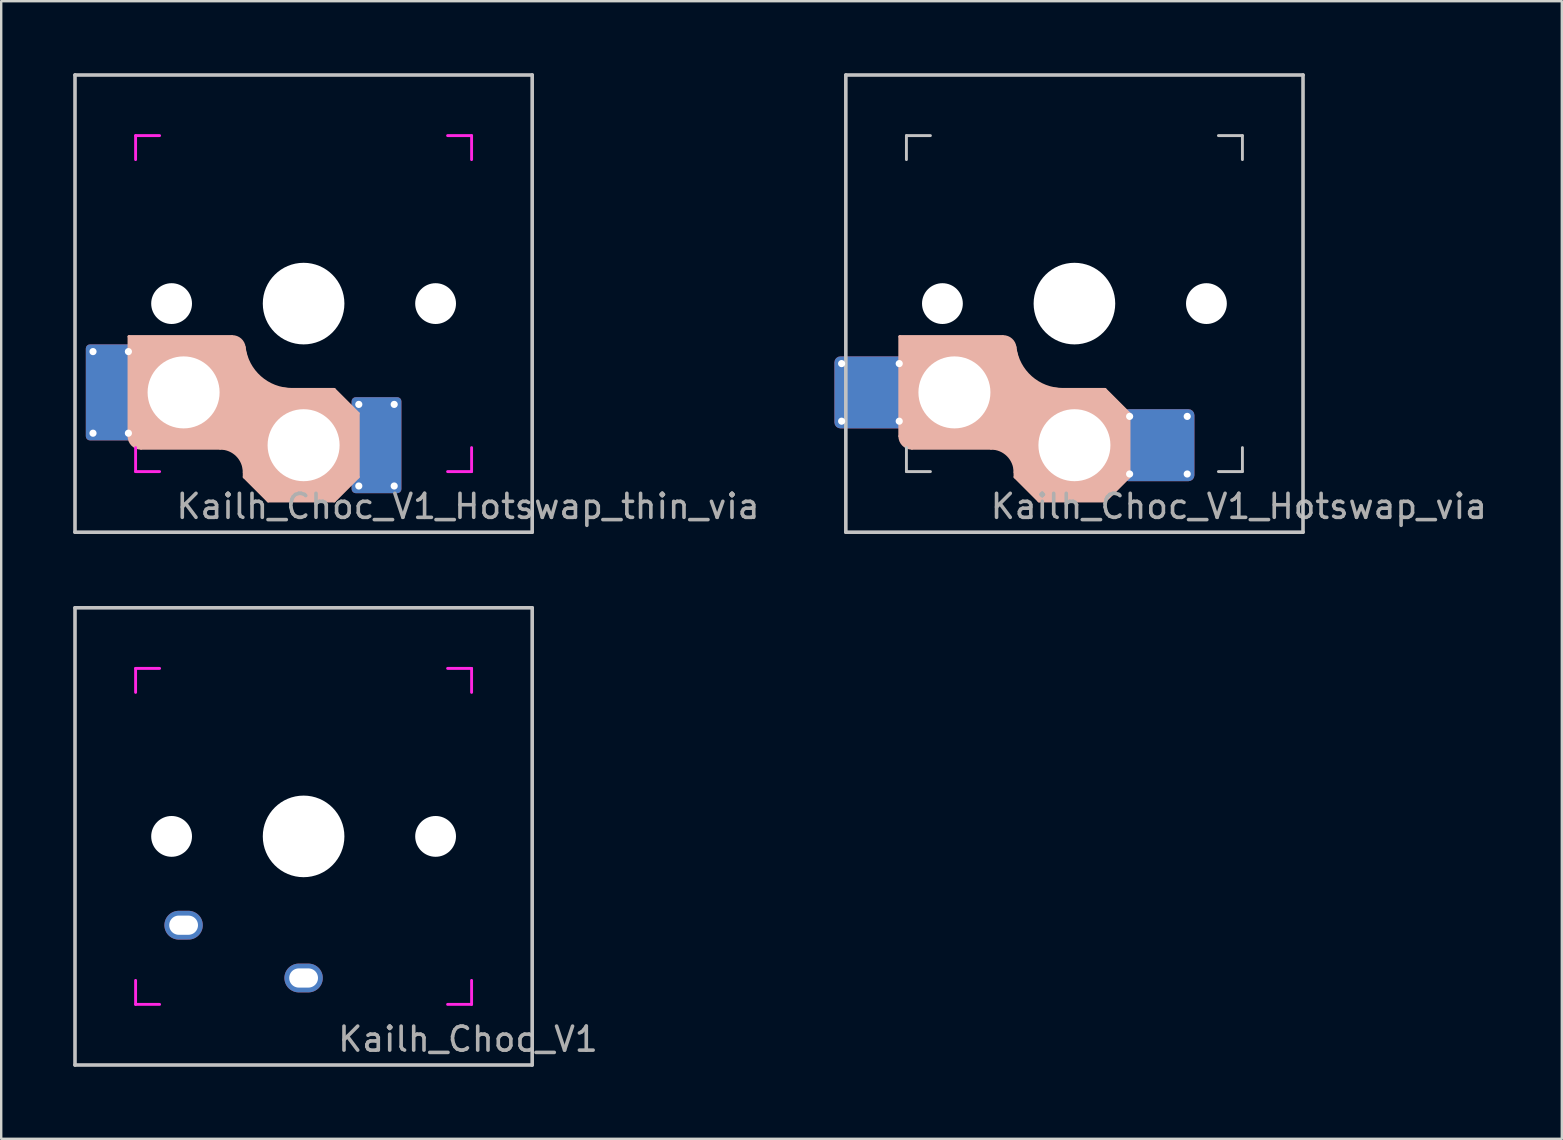
<source format=kicad_pcb>
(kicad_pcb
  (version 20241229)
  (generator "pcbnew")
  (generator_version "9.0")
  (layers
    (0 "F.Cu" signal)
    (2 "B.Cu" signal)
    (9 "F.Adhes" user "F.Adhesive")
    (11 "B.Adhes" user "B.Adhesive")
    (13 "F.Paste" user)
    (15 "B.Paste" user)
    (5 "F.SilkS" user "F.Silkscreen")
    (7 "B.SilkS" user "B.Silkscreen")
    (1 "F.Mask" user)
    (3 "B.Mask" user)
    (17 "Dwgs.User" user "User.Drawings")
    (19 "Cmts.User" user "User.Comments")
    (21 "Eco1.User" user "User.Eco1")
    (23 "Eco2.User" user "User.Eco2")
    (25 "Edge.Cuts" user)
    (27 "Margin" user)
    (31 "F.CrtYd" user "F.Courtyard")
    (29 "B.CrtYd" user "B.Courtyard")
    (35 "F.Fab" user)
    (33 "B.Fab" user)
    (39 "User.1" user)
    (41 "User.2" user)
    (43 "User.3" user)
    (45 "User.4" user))
  (footprint "Kailh_Choc_V1_Hotswap_via"
    (layer "F.Cu")
    (at 41.718 9.6)
    (property "Reference" "Kailh_Choc_V1_Hotswap_via" (at 6.85 8.45 0) (layer "F.Fab") (effects (font (size 1 1) (thickness 0.15))))
    (attr smd)
    (fp_line (start -9.5 2.9) (end -9.5 4.5) (stroke (width 0.12) (type solid)) (layer "B.Mask"))
    (fp_line (start -9.3 4.7) (end -7.7 4.7) (stroke (width 0.12) (type solid)) (layer "B.Mask"))
    (fp_line (start -7.7 2.7) (end -9.3 2.7) (stroke (width 0.12) (type solid)) (layer "B.Mask"))
    (fp_line (start -7.5 4.5) (end -7.5 2.9) (stroke (width 0.12) (type solid)) (layer "B.Mask"))
    (fp_line (start 2.5 5.1) (end 2.5 6.7) (stroke (width 0.12) (type solid)) (layer "B.Mask"))
    (fp_line (start 2.7 6.9) (end 4.3 6.9) (stroke (width 0.12) (type solid)) (layer "B.Mask"))
    (fp_line (start 4.3 4.9) (end 2.7 4.9) (stroke (width 0.12) (type solid)) (layer "B.Mask"))
    (fp_line (start 4.5 6.7) (end 4.5 5.1) (stroke (width 0.12) (type solid)) (layer "B.Mask"))
    (fp_arc (start -9.5 2.9) (mid -9.441421 2.758579) (end -9.3 2.7) (stroke (width 0.12) (type solid)) (layer "B.Mask"))
    (fp_arc (start -9.3 4.7) (mid -9.441421 4.641421) (end -9.5 4.5) (stroke (width 0.12) (type solid)) (layer "B.Mask"))
    (fp_arc (start -7.7 2.7) (mid -7.558579 2.758579) (end -7.5 2.9) (stroke (width 0.12) (type solid)) (layer "B.Mask"))
    (fp_arc (start -7.5 4.5) (mid -7.558579 4.641421) (end -7.7 4.7) (stroke (width 0.12) (type solid)) (layer "B.Mask"))
    (fp_arc (start 2.5 5.1) (mid 2.558579 4.958579) (end 2.7 4.9) (stroke (width 0.12) (type solid)) (layer "B.Mask"))
    (fp_arc (start 2.7 6.9) (mid 2.558579 6.841421) (end 2.5 6.7) (stroke (width 0.12) (type solid)) (layer "B.Mask"))
    (fp_arc (start 4.3 4.9) (mid 4.441421 4.958579) (end 4.5 5.1) (stroke (width 0.12) (type solid)) (layer "B.Mask"))
    (fp_arc (start 4.5 6.7) (mid 4.441421 6.841421) (end 4.3 6.9) (stroke (width 0.12) (type solid)) (layer "B.Mask"))
    (fp_poly (pts (xy -9.5 4.5) (xy -9.5 2.9) (xy -9.3 2.7) (xy -7.7 2.7) (xy -7.5 2.9) (xy -7.5 4.5) (xy -7.7 4.7) (xy -9.3 4.7)) (stroke (width 0.1) (type solid)) (fill yes) (layer "B.Mask"))
    (fp_poly (pts (xy 2.5 6.7) (xy 2.5 5.1) (xy 2.7 4.9) (xy 4.3 4.9) (xy 4.5 5.1) (xy 4.5 6.7) (xy 4.3 6.9) (xy 2.7 6.9)) (stroke (width 0.1) (type solid)) (fill yes) (layer "B.Mask"))
    (fp_line (start -7.275 1.375) (end -7.275 5.525) (stroke (width 0.12) (type solid)) (layer "B.SilkS"))
    (fp_line (start -6.775 6.025) (end -3.475 6.025) (stroke (width 0.12) (type solid)) (layer "B.SilkS"))
    (fp_line (start -3 1.375) (end -7.275 1.375) (stroke (width 0.12) (type solid)) (layer "B.SilkS"))
    (fp_line (start -2.475 7.225) (end -2.475 7.025) (stroke (width 0.12) (type solid)) (layer "B.SilkS"))
    (fp_line (start -1.475 8.225) (end -2.475 7.225) (stroke (width 0.12) (type solid)) (layer "B.SilkS"))
    (fp_line (start -0.489 3.575) (end 1.275 3.575) (stroke (width 0.12) (type solid)) (layer "B.SilkS"))
    (fp_line (start 1.275 3.575) (end 2.275 4.575) (stroke (width 0.12) (type solid)) (layer "B.SilkS"))
    (fp_line (start 1.275 8.225) (end -1.475 8.225) (stroke (width 0.12) (type solid)) (layer "B.SilkS"))
    (fp_line (start 2.275 4.575) (end 2.275 7.225) (stroke (width 0.12) (type solid)) (layer "B.SilkS"))
    (fp_line (start 2.275 7.225) (end 1.275 8.225) (stroke (width 0.12) (type solid)) (layer "B.SilkS"))
    (fp_arc (start -6.775 6.025) (mid -7.128553 5.878553) (end -7.275 5.525) (stroke (width 0.12) (type solid)) (layer "B.SilkS"))
    (fp_arc (start -3.475 6.025) (mid -2.767893 6.317893) (end -2.475 7.025) (stroke (width 0.12) (type solid)) (layer "B.SilkS"))
    (fp_arc (start -2.971387 1.375) (mid -2.63975 1.500812) (end -2.475008 1.814932) (stroke (width 0.12) (type solid)) (layer "B.SilkS"))
    (fp_arc (start -0.489452 3.575) (mid -1.815999 3.071754) (end -2.474967 1.815274) (stroke (width 0.12) (type solid)) (layer "B.SilkS"))
    (fp_poly (pts (xy -2.673 1.538) (xy -2.475 1.815) (xy -2.305 2.527) (xy -1.849 3.109) (xy -1.217 3.492) (xy -0.489 3.575) (xy 1.275 3.575) (xy 2.275 4.575) (xy 2.275 7.225) (xy 1.275 8.225) (xy -1.475 8.225) (xy -2.475 7.225) (xy -2.5 6.623) (xy -2.733 6.283) (xy -3.073 6.055) (xy -3.475 6.025) (xy -6.775 6.025) (xy -7.093 5.843) (xy -7.275 5.525) (xy -7.275 1.375) (xy -2.971 1.375)) (stroke (width 0.08) (type solid)) (fill yes) (layer "B.SilkS"))
    (fp_line (start -9.5 2.9) (end -9.5 4.5) (stroke (width 0.12) (type solid)) (layer "B.Paste"))
    (fp_line (start -9.3 4.7) (end -7.7 4.7) (stroke (width 0.12) (type solid)) (layer "B.Paste"))
    (fp_line (start -7.7 2.7) (end -9.3 2.7) (stroke (width 0.12) (type solid)) (layer "B.Paste"))
    (fp_line (start -7.5 4.5) (end -7.5 2.9) (stroke (width 0.12) (type solid)) (layer "B.Paste"))
    (fp_line (start 2.5 6.7) (end 2.5 5.1) (stroke (width 0.12) (type solid)) (layer "B.Paste"))
    (fp_line (start 2.7 4.9) (end 4.3 4.9) (stroke (width 0.12) (type solid)) (layer "B.Paste"))
    (fp_line (start 4.3 6.9) (end 2.7 6.9) (stroke (width 0.12) (type solid)) (layer "B.Paste"))
    (fp_line (start 4.5 5.1) (end 4.5 6.7) (stroke (width 0.12) (type solid)) (layer "B.Paste"))
    (fp_arc (start -9.5 2.9) (mid -9.441421 2.758579) (end -9.3 2.7) (stroke (width 0.12) (type solid)) (layer "B.Paste"))
    (fp_arc (start -9.3 4.7) (mid -9.441421 4.641421) (end -9.5 4.5) (stroke (width 0.12) (type solid)) (layer "B.Paste"))
    (fp_arc (start -7.7 2.7) (mid -7.558579 2.758579) (end -7.5 2.9) (stroke (width 0.12) (type solid)) (layer "B.Paste"))
    (fp_arc (start -7.5 4.5) (mid -7.558579 4.641421) (end -7.7 4.7) (stroke (width 0.12) (type solid)) (layer "B.Paste"))
    (fp_arc (start 2.5 5.1) (mid 2.558579 4.958579) (end 2.7 4.9) (stroke (width 0.12) (type solid)) (layer "B.Paste"))
    (fp_arc (start 2.7 6.9) (mid 2.558579 6.841421) (end 2.5 6.7) (stroke (width 0.12) (type solid)) (layer "B.Paste"))
    (fp_arc (start 4.3 4.9) (mid 4.441421 4.958579) (end 4.5 5.1) (stroke (width 0.12) (type solid)) (layer "B.Paste"))
    (fp_arc (start 4.5 6.7) (mid 4.441421 6.841421) (end 4.3 6.9) (stroke (width 0.12) (type solid)) (layer "B.Paste"))
    (fp_poly (pts (xy -9.5 4.5) (xy -9.5 2.9) (xy -9.3 2.7) (xy -7.7 2.7) (xy -7.5 2.9) (xy -7.5 4.5) (xy -7.7 4.7) (xy -9.3 4.7)) (stroke (width 0.1) (type solid)) (fill yes) (layer "B.Paste"))
    (fp_poly (pts (xy 2.5 6.7) (xy 2.5 5.1) (xy 2.7 4.9) (xy 4.3 4.9) (xy 4.5 5.1) (xy 4.5 6.7) (xy 4.3 6.9) (xy 2.7 6.9)) (stroke (width 0.1) (type solid)) (fill yes) (layer "B.Paste"))
    (fp_line (start -9.525 -9.525) (end 9.525 -9.525) (stroke (width 0.15) (type solid)) (layer "Dwgs.User"))
    (fp_line (start -9.525 9.525) (end -9.525 -9.525) (stroke (width 0.15) (type solid)) (layer "Dwgs.User"))
    (fp_line (start -7 -7) (end -7 -6) (stroke (width 0.12) (type solid)) (layer "Dwgs.User"))
    (fp_line (start -7 -7) (end -6 -7) (stroke (width 0.12) (type solid)) (layer "Dwgs.User"))
    (fp_line (start -7 7) (end -7 6) (stroke (width 0.12) (type solid)) (layer "Dwgs.User"))
    (fp_line (start -7 7) (end -6 7) (stroke (width 0.12) (type solid)) (layer "Dwgs.User"))
    (fp_line (start 7 -7) (end 6 -7) (stroke (width 0.12) (type solid)) (layer "Dwgs.User"))
    (fp_line (start 7 -7) (end 7 -6) (stroke (width 0.12) (type solid)) (layer "Dwgs.User"))
    (fp_line (start 7 7) (end 6 7) (stroke (width 0.12) (type solid)) (layer "Dwgs.User"))
    (fp_line (start 7 7) (end 7 6) (stroke (width 0.12) (type solid)) (layer "Dwgs.User"))
    (fp_line (start 9.525 -9.525) (end 9.525 9.525) (stroke (width 0.15) (type solid)) (layer "Dwgs.User"))
    (fp_line (start 9.525 9.525) (end -9.525 9.525) (stroke (width 0.15) (type solid)) (layer "Dwgs.User"))
    (pad "" np_thru_hole circle (at -5.5 0) (size 1.7 1.7) (drill 1.7) (layers "*.Cu" "*.Mask"))
    (pad "" np_thru_hole circle (at -5 3.7) (size 3 3) (drill 3) (layers "*.Cu" "*.Mask"))
    (pad "" np_thru_hole circle (at 0 0) (size 3.4 3.4) (drill 3.4) (layers "*.Cu" "*.Mask"))
    (pad "" np_thru_hole circle (at 0 5.9) (size 3 3) (drill 3) (layers "*.Cu" "*.Mask"))
    (pad "" np_thru_hole circle (at 5.5 0) (size 1.7 1.7) (drill 1.7) (layers "*.Cu" "*.Mask"))
    (pad "1" thru_hole circle (at -9.7 2.5 180) (size 0.5 0.5) (drill 0.3) (layers "*.Cu"))
    (pad "1" thru_hole circle (at -9.7 4.9 180) (size 0.5 0.5) (drill 0.3) (layers "*.Cu"))
    (pad "1" smd roundrect (at -8.5 3.7 180) (size 3 3) (layers "F.Cu") (roundrect_rratio 0.083))
    (pad "1" smd roundrect (at -8.5 3.7 180) (size 3 3) (layers "B.Cu") (roundrect_rratio 0.083))
    (pad "1" thru_hole circle (at -7.3 2.5 180) (size 0.5 0.5) (drill 0.3) (layers "*.Cu"))
    (pad "1" thru_hole circle (at -7.3 4.9 180) (size 0.5 0.5) (drill 0.3) (layers "*.Cu"))
    (pad "2" thru_hole circle (at 2.3 4.7 180) (size 0.5 0.5) (drill 0.3) (layers "*.Cu"))
    (pad "2" thru_hole circle (at 2.3 7.1 180) (size 0.5 0.5) (drill 0.3) (layers "*.Cu"))
    (pad "2" smd roundrect (at 3.5 5.9 180) (size 3 3) (layers "F.Cu") (roundrect_rratio 0.083))
    (pad "2" smd roundrect (at 3.5 5.9 180) (size 3 3) (layers "B.Cu") (roundrect_rratio 0.083))
    (pad "2" thru_hole circle (at 4.7 4.7 180) (size 0.5 0.5) (drill 0.3) (layers "*.Cu"))
    (pad "2" thru_hole circle (at 4.7 7.1 180) (size 0.5 0.5) (drill 0.3) (layers "*.Cu")))
  (footprint "Kailh_Choc_V1_Hotswap_thin_via"
    (layer "F.Cu")
    (at 9.6 9.6)
    (property "Reference" "Kailh_Choc_V1_Hotswap_thin_via" (at 6.85 8.45 0) (layer "F.Fab") (effects (font (size 1 1) (thickness 0.15))))
    (attr smd)
    (fp_line (start -9.015 2.65) (end -9.015 4.75) (stroke (width 0.12) (type solid)) (layer "B.Mask"))
    (fp_line (start -8.815 4.95) (end -7.7 4.95) (stroke (width 0.12) (type solid)) (layer "B.Mask"))
    (fp_line (start -7.7 2.45) (end -8.815 2.45) (stroke (width 0.12) (type solid)) (layer "B.Mask"))
    (fp_line (start -7.5 4.75) (end -7.5 2.65) (stroke (width 0.12) (type solid)) (layer "B.Mask"))
    (fp_line (start 2.5 4.85) (end 2.5 6.95) (stroke (width 0.12) (type solid)) (layer "B.Mask"))
    (fp_line (start 2.7 7.15) (end 3.815 7.15) (stroke (width 0.12) (type solid)) (layer "B.Mask"))
    (fp_line (start 3.815 4.65) (end 2.7 4.65) (stroke (width 0.12) (type solid)) (layer "B.Mask"))
    (fp_line (start 4.015 6.95) (end 4.015 4.85) (stroke (width 0.12) (type solid)) (layer "B.Mask"))
    (fp_arc (start -9.015 2.65) (mid -8.956421 2.508579) (end -8.815 2.45) (stroke (width 0.12) (type solid)) (layer "B.Mask"))
    (fp_arc (start -8.815 4.95) (mid -8.956421 4.891421) (end -9.015 4.75) (stroke (width 0.12) (type solid)) (layer "B.Mask"))
    (fp_arc (start -7.7 2.45) (mid -7.558579 2.508579) (end -7.5 2.65) (stroke (width 0.12) (type solid)) (layer "B.Mask"))
    (fp_arc (start -7.5 4.75) (mid -7.558579 4.891421) (end -7.7 4.95) (stroke (width 0.12) (type solid)) (layer "B.Mask"))
    (fp_arc (start 2.5 4.85) (mid 2.558579 4.708579) (end 2.7 4.65) (stroke (width 0.12) (type solid)) (layer "B.Mask"))
    (fp_arc (start 2.7 7.15) (mid 2.558579 7.091421) (end 2.5 6.95) (stroke (width 0.12) (type solid)) (layer "B.Mask"))
    (fp_arc (start 3.815 4.65) (mid 3.956421 4.708579) (end 4.015 4.85) (stroke (width 0.12) (type solid)) (layer "B.Mask"))
    (fp_arc (start 4.015 6.95) (mid 3.956421 7.091421) (end 3.815 7.15) (stroke (width 0.12) (type solid)) (layer "B.Mask"))
    (fp_poly (pts (xy -9.015 4.75) (xy -9.015 2.65) (xy -8.815 2.45) (xy -7.7 2.45) (xy -7.5 2.65) (xy -7.5 4.75) (xy -7.7 4.95) (xy -8.815 4.95)) (stroke (width 0.1) (type solid)) (fill yes) (layer "B.Mask"))
    (fp_poly (pts (xy 2.5 6.95) (xy 2.5 4.85) (xy 2.7 4.65) (xy 3.815 4.65) (xy 4.015 4.85) (xy 4.015 6.95) (xy 3.815 7.15) (xy 2.7 7.15)) (stroke (width 0.1) (type solid)) (fill yes) (layer "B.Mask"))
    (fp_line (start -7.275 1.375) (end -7.275 5.525) (stroke (width 0.12) (type solid)) (layer "B.SilkS"))
    (fp_line (start -6.775 6.025) (end -3.475 6.025) (stroke (width 0.12) (type solid)) (layer "B.SilkS"))
    (fp_line (start -3 1.375) (end -7.275 1.375) (stroke (width 0.12) (type solid)) (layer "B.SilkS"))
    (fp_line (start -2.475 7.225) (end -2.475 7.025) (stroke (width 0.12) (type solid)) (layer "B.SilkS"))
    (fp_line (start -1.475 8.225) (end -2.475 7.225) (stroke (width 0.12) (type solid)) (layer "B.SilkS"))
    (fp_line (start -0.489 3.575) (end 1.275 3.575) (stroke (width 0.12) (type solid)) (layer "B.SilkS"))
    (fp_line (start 1.275 3.575) (end 2.275 4.575) (stroke (width 0.12) (type solid)) (layer "B.SilkS"))
    (fp_line (start 1.275 8.225) (end -1.475 8.225) (stroke (width 0.12) (type solid)) (layer "B.SilkS"))
    (fp_line (start 2.275 4.575) (end 2.275 7.225) (stroke (width 0.12) (type solid)) (layer "B.SilkS"))
    (fp_line (start 2.275 7.225) (end 1.275 8.225) (stroke (width 0.12) (type solid)) (layer "B.SilkS"))
    (fp_arc (start -6.775 6.025) (mid -7.128553 5.878553) (end -7.275 5.525) (stroke (width 0.12) (type solid)) (layer "B.SilkS"))
    (fp_arc (start -3.475 6.025) (mid -2.767893 6.317893) (end -2.475 7.025) (stroke (width 0.12) (type solid)) (layer "B.SilkS"))
    (fp_arc (start -2.971387 1.375) (mid -2.63975 1.500812) (end -2.475008 1.814932) (stroke (width 0.12) (type solid)) (layer "B.SilkS"))
    (fp_arc (start -0.489452 3.575) (mid -1.815999 3.071754) (end -2.474967 1.815274) (stroke (width 0.12) (type solid)) (layer "B.SilkS"))
    (fp_poly (pts (xy -2.673 1.538) (xy -2.475 1.815) (xy -2.305 2.527) (xy -1.849 3.109) (xy -1.217 3.492) (xy -0.489 3.575) (xy 1.275 3.575) (xy 2.275 4.575) (xy 2.275 7.225) (xy 1.275 8.225) (xy -1.475 8.225) (xy -2.475 7.225) (xy -2.5 6.623) (xy -2.733 6.283) (xy -3.073 6.055) (xy -3.475 6.025) (xy -6.775 6.025) (xy -7.093 5.843) (xy -7.275 5.525) (xy -7.275 1.375) (xy -2.971 1.375)) (stroke (width 0.08) (type solid)) (fill yes) (layer "B.SilkS"))
    (fp_line (start -9.015 2.65) (end -9.015 4.75) (stroke (width 0.12) (type solid)) (layer "B.Paste"))
    (fp_line (start -8.815 4.95) (end -7.7 4.95) (stroke (width 0.12) (type solid)) (layer "B.Paste"))
    (fp_line (start -7.7 2.45) (end -8.815 2.45) (stroke (width 0.12) (type solid)) (layer "B.Paste"))
    (fp_line (start -7.5 4.75) (end -7.5 2.65) (stroke (width 0.12) (type solid)) (layer "B.Paste"))
    (fp_line (start 2.5 6.95) (end 2.5 4.85) (stroke (width 0.12) (type solid)) (layer "B.Paste"))
    (fp_line (start 2.7 4.65) (end 3.815 4.65) (stroke (width 0.12) (type solid)) (layer "B.Paste"))
    (fp_line (start 3.815 7.15) (end 2.7 7.15) (stroke (width 0.12) (type solid)) (layer "B.Paste"))
    (fp_line (start 4.015 4.85) (end 4.015 6.95) (stroke (width 0.12) (type solid)) (layer "B.Paste"))
    (fp_arc (start -9.015 2.65) (mid -8.956421 2.508579) (end -8.815 2.45) (stroke (width 0.12) (type solid)) (layer "B.Paste"))
    (fp_arc (start -8.815 4.95) (mid -8.956421 4.891421) (end -9.015 4.75) (stroke (width 0.12) (type solid)) (layer "B.Paste"))
    (fp_arc (start -7.7 2.45) (mid -7.558579 2.508579) (end -7.5 2.65) (stroke (width 0.12) (type solid)) (layer "B.Paste"))
    (fp_arc (start -7.5 4.75) (mid -7.558579 4.891421) (end -7.7 4.95) (stroke (width 0.12) (type solid)) (layer "B.Paste"))
    (fp_arc (start 2.5 4.85) (mid 2.558579 4.708579) (end 2.7 4.65) (stroke (width 0.12) (type solid)) (layer "B.Paste"))
    (fp_arc (start 2.7 7.15) (mid 2.558579 7.091421) (end 2.5 6.95) (stroke (width 0.12) (type solid)) (layer "B.Paste"))
    (fp_arc (start 3.815 4.65) (mid 3.956421 4.708579) (end 4.015 4.85) (stroke (width 0.12) (type solid)) (layer "B.Paste"))
    (fp_arc (start 4.015 6.95) (mid 3.956421 7.091421) (end 3.815 7.15) (stroke (width 0.12) (type solid)) (layer "B.Paste"))
    (fp_poly (pts (xy -9.015 4.75) (xy -9.015 2.65) (xy -8.815 2.45) (xy -7.7 2.45) (xy -7.5 2.65) (xy -7.5 4.75) (xy -7.7 4.95) (xy -8.815 4.95)) (stroke (width 0.1) (type solid)) (fill yes) (layer "B.Paste"))
    (fp_poly (pts (xy 2.5 6.95) (xy 2.5 4.85) (xy 2.7 4.65) (xy 3.815 4.65) (xy 4.015 4.85) (xy 4.015 6.95) (xy 3.815 7.15) (xy 2.7 7.15)) (stroke (width 0.1) (type solid)) (fill yes) (layer "B.Paste"))
    (fp_line (start -9.525 -9.525) (end 9.525 -9.525) (stroke (width 0.15) (type solid)) (layer "Dwgs.User"))
    (fp_line (start -9.525 9.525) (end -9.525 -9.525) (stroke (width 0.15) (type solid)) (layer "Dwgs.User"))
    (fp_line (start 9.525 -9.525) (end 9.525 9.525) (stroke (width 0.15) (type solid)) (layer "Dwgs.User"))
    (fp_line (start 9.525 9.525) (end -9.525 9.525) (stroke (width 0.15) (type solid)) (layer "Dwgs.User"))
    (fp_line (start -7 -7) (end -7 -6) (stroke (width 0.12) (type solid)) (layer "F.CrtYd"))
    (fp_line (start -7 -7) (end -6 -7) (stroke (width 0.12) (type solid)) (layer "F.CrtYd"))
    (fp_line (start -7 7) (end -7 6) (stroke (width 0.12) (type solid)) (layer "F.CrtYd"))
    (fp_line (start -7 7) (end -6 7) (stroke (width 0.12) (type solid)) (layer "F.CrtYd"))
    (fp_line (start 7 -7) (end 6 -7) (stroke (width 0.12) (type solid)) (layer "F.CrtYd"))
    (fp_line (start 7 -7) (end 7 -6) (stroke (width 0.12) (type solid)) (layer "F.CrtYd"))
    (fp_line (start 7 7) (end 6 7) (stroke (width 0.12) (type solid)) (layer "F.CrtYd"))
    (fp_line (start 7 7) (end 7 6) (stroke (width 0.12) (type solid)) (layer "F.CrtYd"))
    (pad "" np_thru_hole circle (at -5.5 0) (size 1.7 1.7) (drill 1.7) (layers "*.Cu" "*.Mask"))
    (pad "" np_thru_hole circle (at -5 3.7) (size 3 3) (drill 3) (layers "*.Cu" "*.Mask"))
    (pad "" np_thru_hole circle (at 0 0) (size 3.4 3.4) (drill 3.4) (layers "*.Cu" "*.Mask"))
    (pad "" np_thru_hole circle (at 0 5.9) (size 3 3) (drill 3) (layers "*.Cu" "*.Mask"))
    (pad "" np_thru_hole circle (at 5.5 0) (size 1.7 1.7) (drill 1.7) (layers "*.Cu" "*.Mask"))
    (pad "1" thru_hole circle (at -8.775 2 180) (size 0.5 0.5) (drill 0.3) (layers "*.Cu"))
    (pad "1" thru_hole circle (at -8.775 5.4 180) (size 0.5 0.5) (drill 0.3) (layers "*.Cu"))
    (pad "1" smd roundrect (at -8.037 3.7 180) (size 2.075 4) (layers "F.Cu") (roundrect_rratio 0.083))
    (pad "1" smd roundrect (at -8.037 3.7 180) (size 2.075 4) (layers "B.Cu") (roundrect_rratio 0.083))
    (pad "1" thru_hole circle (at -7.3 2 180) (size 0.5 0.5) (drill 0.3) (layers "*.Cu"))
    (pad "1" thru_hole circle (at -7.3 5.4 180) (size 0.5 0.5) (drill 0.3) (layers "*.Cu"))
    (pad "2" thru_hole circle (at 2.3 4.2 180) (size 0.5 0.5) (drill 0.3) (layers "*.Cu"))
    (pad "2" thru_hole circle (at 2.3 7.6 180) (size 0.5 0.5) (drill 0.3) (layers "*.Cu"))
    (pad "2" smd roundrect (at 3.038 5.9 180) (size 2.075 4) (layers "F.Cu") (roundrect_rratio 0.083))
    (pad "2" smd roundrect (at 3.038 5.9 180) (size 2.075 4) (layers "B.Cu") (roundrect_rratio 0.083))
    (pad "2" thru_hole circle (at 3.775 4.2 180) (size 0.5 0.5) (drill 0.3) (layers "*.Cu"))
    (pad "2" thru_hole circle (at 3.775 7.6 180) (size 0.5 0.5) (drill 0.3) (layers "*.Cu")))
  (footprint "Kailh_Choc_V1"
    (layer "F.Cu")
    (at 9.6 31.8)
    (property "Reference" "Kailh_Choc_V1" (at 6.85 8.45 0) (layer "F.Fab") (effects (font (size 1 1) (thickness 0.15))))
    (attr smd)
    (fp_line (start -9.525 -9.525) (end 9.525 -9.525) (stroke (width 0.15) (type solid)) (layer "Dwgs.User"))
    (fp_line (start -9.525 9.525) (end -9.525 -9.525) (stroke (width 0.15) (type solid)) (layer "Dwgs.User"))
    (fp_line (start 9.525 -9.525) (end 9.525 9.525) (stroke (width 0.15) (type solid)) (layer "Dwgs.User"))
    (fp_line (start 9.525 9.525) (end -9.525 9.525) (stroke (width 0.15) (type solid)) (layer "Dwgs.User"))
    (fp_line (start -7 -7) (end -7 -6) (stroke (width 0.12) (type solid)) (layer "F.CrtYd"))
    (fp_line (start -7 -7) (end -6 -7) (stroke (width 0.12) (type solid)) (layer "F.CrtYd"))
    (fp_line (start -7 7) (end -7 6) (stroke (width 0.12) (type solid)) (layer "F.CrtYd"))
    (fp_line (start -7 7) (end -6 7) (stroke (width 0.12) (type solid)) (layer "F.CrtYd"))
    (fp_line (start 7 -7) (end 6 -7) (stroke (width 0.12) (type solid)) (layer "F.CrtYd"))
    (fp_line (start 7 -7) (end 7 -6) (stroke (width 0.12) (type solid)) (layer "F.CrtYd"))
    (fp_line (start 7 7) (end 6 7) (stroke (width 0.12) (type solid)) (layer "F.CrtYd"))
    (fp_line (start 7 7) (end 7 6) (stroke (width 0.12) (type solid)) (layer "F.CrtYd"))
    (pad "" np_thru_hole circle (at -5.5 0) (size 1.7 1.7) (drill 1.7) (layers "*.Cu" "*.Mask"))
    (pad "" np_thru_hole circle (at 0 0) (size 3.4 3.4) (drill 3.4) (layers "*.Cu" "*.Mask"))
    (pad "" np_thru_hole circle (at 5.5 0) (size 1.7 1.7) (drill 1.7) (layers "*.Cu" "*.Mask"))
    (pad "1" thru_hole oval (at -5 3.7) (size 1.6 1.2) (drill oval 1.2 0.8) (layers "*.Cu" "*.Mask"))
    (pad "2" thru_hole oval (at 0 5.9) (size 1.6 1.2) (drill oval 1.2 0.8) (layers "*.Cu" "*.Mask")))
  (gr_rect
    (start -3 -3)
    (end 62.026 44.4)
    (stroke (width 0.1) (type default))
    (fill no)
    (layer "Edge.Cuts")))
</source>
